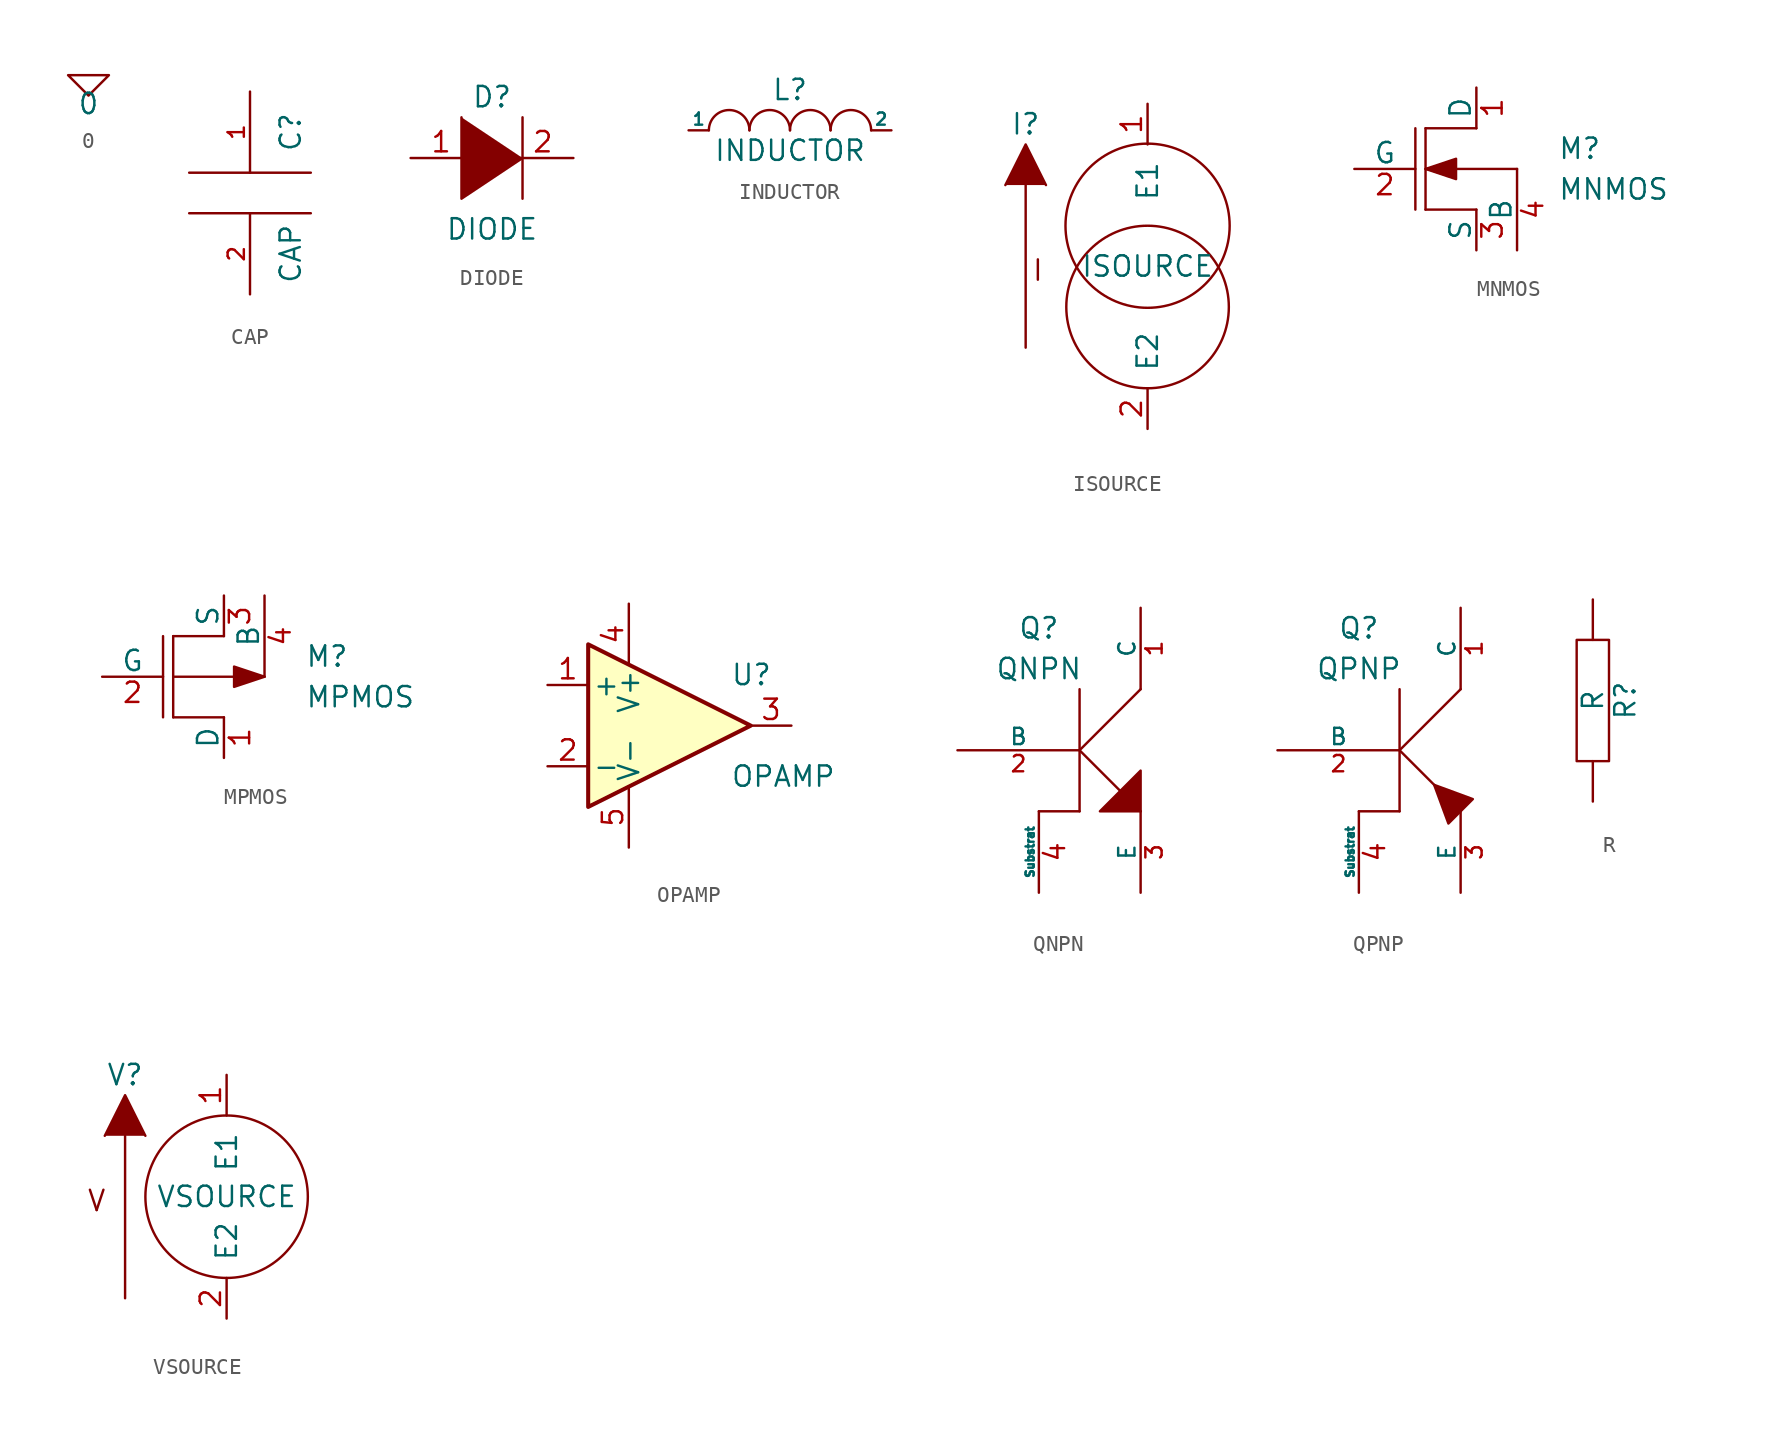
<source format=kicad_sym>
(kicad_symbol_lib
  (version 20201005)
  (generator kicad_symbol_editor)
  (symbol "pspice:0"
    (power)
    (pin_names
      (offset 0))
    (property "Reference" "#GND"
      (at 0 -2.54 0)
      (effects (font (size 1.27 1.27)) hide))
    (property "Value" "0"
      (at 0 -1.778 0)
      (effects (font (size 1.27 1.27))))
    (symbol "0_0_1"
      (polyline (pts (xy -1.27 0) (xy 0 -1.27) (xy 1.27 0) (xy -1.27 0)) (stroke (width 0)) (fill (type none))))
    (symbol "0_1_1"
      (pin power_in line (at 0 0 0) (length 0) hide (name "0" (effects (font (size 1.016 1.016)))) (number "1" (effects (font (size 1.016 1.016)))))))
  (symbol "pspice:CAP"
    (pin_names
      (offset 0.254))
    (property "Reference" "C"
      (at 2.54 3.81 90)
      (effects (font (size 1.27 1.27))))
    (property "Value" "CAP"
      (at 2.54 -3.81 90)
      (effects (font (size 1.27 1.27))))
    (symbol "CAP_0_1"
      (polyline (pts (xy -3.81 -1.27) (xy 3.81 -1.27)) (stroke (width 0)) (fill (type none)))
      (polyline (pts (xy -3.81 1.27) (xy 3.81 1.27)) (stroke (width 0)) (fill (type none))))
    (symbol "CAP_1_1"
      (pin passive line (at 0 6.35 270) (length 5.08) (name "~" (effects (font (size 1.016 1.016)))) (number "1" (effects (font (size 1.016 1.016)))))
      (pin passive line (at 0 -6.35 90) (length 5.08) (name "~" (effects (font (size 1.016 1.016)))) (number "2" (effects (font (size 1.016 1.016)))))))
  (symbol "pspice:DIODE"
    (pin_names
      (offset 1.016) hide)
    (property "Reference" "D"
      (at 0 3.81 0)
      (effects (font (size 1.27 1.27))))
    (property "Value" "DIODE"
      (at 0 -4.445 0)
      (effects (font (size 1.27 1.27))))
    (symbol "DIODE_0_1"
      (polyline (pts (xy 1.905 2.54) (xy 1.905 -2.54)) (stroke (width 0)) (fill (type none)))
      (polyline (pts (xy -1.905 2.54) (xy -1.905 -2.54) (xy 1.905 0)) (stroke (width 0)) (fill (type outline))))
    (symbol "DIODE_1_1"
      (pin input line (at -5.08 0 0) (length 3.81) (name "K" (effects (font (size 1.27 1.27)))) (number "1" (effects (font (size 1.27 1.27)))))
      (pin input line (at 5.08 0 180) (length 3.81) (name "A" (effects (font (size 1.27 1.27)))) (number "2" (effects (font (size 1.27 1.27)))))))
  (symbol "pspice:INDUCTOR"
    (pin_numbers hide)
    (pin_names
      (offset 0))
    (property "Reference" "L"
      (at 0 2.54 0)
      (effects (font (size 1.27 1.27))))
    (property "Value" "INDUCTOR"
      (at 0 -1.27 0)
      (effects (font (size 1.27 1.27))))
    (symbol "INDUCTOR_0_1"
      (arc (start -2.54 0) (end -5.08 0) (radius (at -3.81 0) (length 1.27) (angles 0.1 179.9)) (stroke (width 0)) (fill (type none)))
      (arc (start 0 0) (end -2.54 0) (radius (at -1.27 0) (length 1.27) (angles 0.1 179.9)) (stroke (width 0)) (fill (type none)))
      (arc (start 2.54 0) (end 0 0) (radius (at 1.27 0) (length 1.27) (angles 0.1 179.9)) (stroke (width 0)) (fill (type none)))
      (arc (start 5.08 0) (end 2.54 0) (radius (at 3.81 0) (length 1.27) (angles 0.1 179.9)) (stroke (width 0)) (fill (type none))))
    (symbol "INDUCTOR_1_1"
      (pin input line (at -6.35 0 0) (length 1.27) (name "1" (effects (font (size 0.762 0.762)))) (number "1" (effects (font (size 0.762 0.762)))))
      (pin input line (at 6.35 0 180) (length 1.27) (name "2" (effects (font (size 0.762 0.762)))) (number "2" (effects (font (size 0.762 0.762)))))))
  (symbol "pspice:ISOURCE"
    (pin_names
      (offset 1.016))
    (property "Reference" "I"
      (at -7.62 8.89 0)
      (effects (font (size 1.27 1.27))))
    (property "Value" "ISOURCE"
      (at 0 0 0)
      (effects (font (size 1.27 1.27))))
    (symbol "ISOURCE_0_1"
      (circle (center 0 -2.54) (radius 5.08) (stroke (width 0)) (fill (type none)))
      (circle (center 0 2.54) (radius 5.131) (stroke (width 0)) (fill (type none)))
      (text "I" (at -6.858 -0.254 0) (effects (font (size 1.27 1.27))))
      (polyline (pts (xy -7.62 -5.08) (xy -7.62 5.08)) (stroke (width 0)) (fill (type outline)))
      (polyline (pts (xy -8.89 5.08) (xy -7.62 7.62) (xy -6.35 5.08)) (stroke (width 0)) (fill (type outline))))
    (symbol "ISOURCE_1_1"
      (pin input line (at 0 10.16 270) (length 2.54) (name "E1" (effects (font (size 1.27 1.27)))) (number "1" (effects (font (size 1.27 1.27)))))
      (pin input line (at 0 -10.16 90) (length 2.54) (name "E2" (effects (font (size 1.27 1.27)))) (number "2" (effects (font (size 1.27 1.27)))))))
  (symbol "pspice:MNMOS"
    (pin_names
      (offset 0))
    (property "Reference" "M"
      (at 7.62 1.27 0)
      (effects (font (size 1.27 1.27)) (justify left)))
    (property "Value" "MNMOS"
      (at 7.62 -1.27 0)
      (effects (font (size 1.27 1.27)) (justify left)))
    (symbol "MNMOS_0_1"
      (polyline (pts (xy -1.27 -2.54) (xy -1.27 2.54)) (stroke (width 0)) (fill (type none)))
      (polyline (pts (xy -0.635 -2.54) (xy 2.54 -2.54)) (stroke (width 0)) (fill (type none)))
      (polyline (pts (xy 2.54 2.54) (xy -0.635 2.54)) (stroke (width 0)) (fill (type none)))
      (polyline (pts (xy 5.08 0) (xy -0.635 0)) (stroke (width 0)) (fill (type none)))
      (polyline (pts (xy -0.635 0) (xy 1.27 0.635) (xy 1.27 -0.635) (xy -0.635 0)) (stroke (width 0)) (fill (type outline))))
    (symbol "MNMOS_1_1"
      (polyline (pts (xy -0.635 -2.54) (xy -0.635 2.54)) (stroke (width 0)) (fill (type none)))
      (pin passive line (at 2.54 5.08 270) (length 2.54) (name "D" (effects (font (size 1.27 1.27)))) (number "1" (effects (font (size 1.27 1.27)))))
      (pin input line (at -5.08 0 0) (length 3.81) (name "G" (effects (font (size 1.27 1.27)))) (number "2" (effects (font (size 1.27 1.27)))))
      (pin passive line (at 2.54 -5.08 90) (length 2.54) (name "S" (effects (font (size 1.27 1.27)))) (number "3" (effects (font (size 1.27 1.27)))))
      (pin input line (at 5.08 -5.08 90) (length 5.08) (name "B" (effects (font (size 1.27 1.27)))) (number "4" (effects (font (size 1.27 1.27)))))))
  (symbol "pspice:MPMOS"
    (pin_names
      (offset 0))
    (property "Reference" "M"
      (at 7.62 1.27 0)
      (effects (font (size 1.27 1.27)) (justify left)))
    (property "Value" "MPMOS"
      (at 7.62 -1.27 0)
      (effects (font (size 1.27 1.27)) (justify left)))
    (symbol "MPMOS_0_1"
      (polyline (pts (xy -1.27 2.54) (xy -1.27 -2.54)) (stroke (width 0)) (fill (type none)))
      (polyline (pts (xy -0.635 -2.54) (xy 2.54 -2.54)) (stroke (width 0)) (fill (type none)))
      (polyline (pts (xy 2.54 2.54) (xy -0.635 2.54)) (stroke (width 0)) (fill (type none)))
      (polyline (pts (xy 5.08 0) (xy -0.635 0)) (stroke (width 0)) (fill (type none)))
      (polyline (pts (xy 5.08 0) (xy 3.175 0.635) (xy 3.175 -0.635) (xy 5.08 0)) (stroke (width 0)) (fill (type outline))))
    (symbol "MPMOS_1_1"
      (polyline (pts (xy -0.635 -2.54) (xy -0.635 2.54)) (stroke (width 0)) (fill (type none)))
      (pin passive line (at 2.54 -5.08 90) (length 2.54) (name "D" (effects (font (size 1.27 1.27)))) (number "1" (effects (font (size 1.27 1.27)))))
      (pin input line (at -5.08 0 0) (length 3.81) (name "G" (effects (font (size 1.27 1.27)))) (number "2" (effects (font (size 1.27 1.27)))))
      (pin passive line (at 2.54 5.08 270) (length 2.54) (name "S" (effects (font (size 1.27 1.27)))) (number "3" (effects (font (size 1.27 1.27)))))
      (pin input line (at 5.08 5.08 270) (length 5.08) (name "B" (effects (font (size 1.27 1.27)))) (number "4" (effects (font (size 1.27 1.27)))))))
  (symbol "pspice:OPAMP"
    (pin_names
      (offset 0.254))
    (property "Reference" "U"
      (at 3.81 3.175 0)
      (effects (font (size 1.27 1.27)) (justify left)))
    (property "Value" "OPAMP"
      (at 3.81 -3.175 0)
      (effects (font (size 1.27 1.27)) (justify left)))
    (symbol "OPAMP_0_1"
      (polyline (pts (xy 5.08 0) (xy -5.08 5.08) (xy -5.08 -5.08) (xy 5.08 0)) (stroke (width 0.254)) (fill (type background))))
    (symbol "OPAMP_1_1"
      (pin input line (at -7.62 2.54 0) (length 2.54) (name "+" (effects (font (size 1.27 1.27)))) (number "1" (effects (font (size 1.27 1.27)))))
      (pin input line (at -7.62 -2.54 0) (length 2.54) (name "-" (effects (font (size 1.27 1.27)))) (number "2" (effects (font (size 1.27 1.27)))))
      (pin output line (at 7.62 0 180) (length 2.54) (name "~" (effects (font (size 1.27 1.27)))) (number "3" (effects (font (size 1.27 1.27)))))
      (pin power_in line (at -2.54 7.62 270) (length 3.81) (name "V+" (effects (font (size 1.27 1.27)))) (number "4" (effects (font (size 1.27 1.27)))))
      (pin power_in line (at -2.54 -7.62 90) (length 3.81) (name "V-" (effects (font (size 1.27 1.27)))) (number "5" (effects (font (size 1.27 1.27)))))))
  (symbol "pspice:QNPN"
    (pin_names
      (offset 0))
    (property "Reference" "Q"
      (at -2.54 7.62 0)
      (effects (font (size 1.27 1.27))))
    (property "Value" "QNPN"
      (at -2.54 5.08 0)
      (effects (font (size 1.27 1.27))))
    (symbol "QNPN_0_0"
      (polyline (pts (xy 0 0) (xy 3.81 -3.81)) (stroke (width 0)) (fill (type none)))
      (polyline (pts (xy 3.81 -3.81) (xy 3.81 -1.27) (xy 1.27 -3.81) (xy 3.81 -3.81)) (stroke (width 0)) (fill (type outline))))
    (symbol "QNPN_0_1"
      (polyline (pts (xy 0 -3.81) (xy 0 3.81)) (stroke (width 0)) (fill (type none)))
      (polyline (pts (xy 0 0) (xy 3.81 3.81)) (stroke (width 0)) (fill (type none)))
      (polyline (pts (xy -2.54 -3.81) (xy 0 -3.81) (xy 0 -3.81) (xy 0 -3.81)) (stroke (width 0)) (fill (type none))))
    (symbol "QNPN_1_1"
      (pin passive line (at 3.81 8.89 270) (length 5.08) (name "C" (effects (font (size 1.016 1.016)))) (number "1" (effects (font (size 1.016 1.016)))))
      (pin input line (at -7.62 0 0) (length 7.62) (name "B" (effects (font (size 1.016 1.016)))) (number "2" (effects (font (size 1.016 1.016)))))
      (pin passive line (at 3.81 -8.89 90) (length 5.08) (name "E" (effects (font (size 1.016 1.016)))) (number "3" (effects (font (size 1.016 1.016)))))
      (pin input line (at -2.54 -8.89 90) (length 5.08) (name "Substrat" (effects (font (size 0.508 0.508)))) (number "4" (effects (font (size 1.27 1.27)))))))
  (symbol "pspice:QPNP"
    (pin_names
      (offset 0))
    (property "Reference" "Q"
      (at -2.54 7.62 0)
      (effects (font (size 1.27 1.27))))
    (property "Value" "QPNP"
      (at -2.54 5.08 0)
      (effects (font (size 1.27 1.27))))
    (symbol "QPNP_0_1"
      (polyline (pts (xy 0 -3.81) (xy 0 3.81)) (stroke (width 0)) (fill (type none)))
      (polyline (pts (xy 0 0) (xy 3.81 -3.81)) (stroke (width 0)) (fill (type none)))
      (polyline (pts (xy 0 0) (xy 3.81 3.81)) (stroke (width 0)) (fill (type none)))
      (polyline (pts (xy -2.54 -3.81) (xy 0 -3.81) (xy 0 -3.81)) (stroke (width 0)) (fill (type none)))
      (polyline (pts (xy 3.048 -4.572) (xy 4.572 -3.048) (xy 2.159 -2.159) (xy 3.048 -4.572)) (stroke (width 0)) (fill (type outline))))
    (symbol "QPNP_1_1"
      (pin open_collector line (at 3.81 8.89 270) (length 5.08) (name "C" (effects (font (size 1.016 1.016)))) (number "1" (effects (font (size 1.016 1.016)))))
      (pin input line (at -7.62 0 0) (length 7.62) (name "B" (effects (font (size 1.016 1.016)))) (number "2" (effects (font (size 1.016 1.016)))))
      (pin open_emitter line (at 3.81 -8.89 90) (length 5.08) (name "E" (effects (font (size 1.016 1.016)))) (number "3" (effects (font (size 1.016 1.016)))))
      (pin input line (at -2.54 -8.89 90) (length 5.08) (name "Substrat" (effects (font (size 0.508 0.508)))) (number "4" (effects (font (size 1.27 1.27)))))))
  (symbol "pspice:R"
    (pin_numbers hide)
    (pin_names
      (offset 0))
    (property "Reference" "R"
      (at 2.032 0 90)
      (effects (font (size 1.27 1.27))))
    (property "Value" "R"
      (at 0 0 90)
      (effects (font (size 1.27 1.27))))
    (symbol "R_0_1"
      (rectangle (start -1.016 3.81) (end 1.016 -3.81) (stroke (width 0)) (fill (type none))))
    (symbol "R_1_1"
      (pin passive line (at 0 6.35 270) (length 2.54) (name "~" (effects (font (size 1.27 1.27)))) (number "1" (effects (font (size 1.27 1.27)))))
      (pin passive line (at 0 -6.35 90) (length 2.54) (name "~" (effects (font (size 1.27 1.27)))) (number "2" (effects (font (size 1.27 1.27)))))))
  (symbol "pspice:VSOURCE"
    (pin_names
      (offset 1.016))
    (property "Reference" "V"
      (at -6.35 7.62 0)
      (effects (font (size 1.27 1.27))))
    (property "Value" "VSOURCE"
      (at 0 0 0)
      (effects (font (size 1.27 1.27))))
    (symbol "VSOURCE_0_1"
      (circle (center 0 0) (radius 5.08) (stroke (width 0)) (fill (type none)))
      (text "V" (at -8.128 -0.254 0) (effects (font (size 1.27 1.27))))
      (polyline (pts (xy -6.35 -6.35) (xy -6.35 3.81)) (stroke (width 0)) (fill (type outline)))
      (polyline (pts (xy -7.62 3.81) (xy -6.35 6.35) (xy -5.08 3.81)) (stroke (width 0)) (fill (type outline))))
    (symbol "VSOURCE_1_1"
      (pin input line (at 0 7.62 270) (length 2.54) (name "E1" (effects (font (size 1.27 1.27)))) (number "1" (effects (font (size 1.27 1.27)))))
      (pin input line (at 0 -7.62 90) (length 2.54) (name "E2" (effects (font (size 1.27 1.27)))) (number "2" (effects (font (size 1.27 1.27))))))))
</source>
